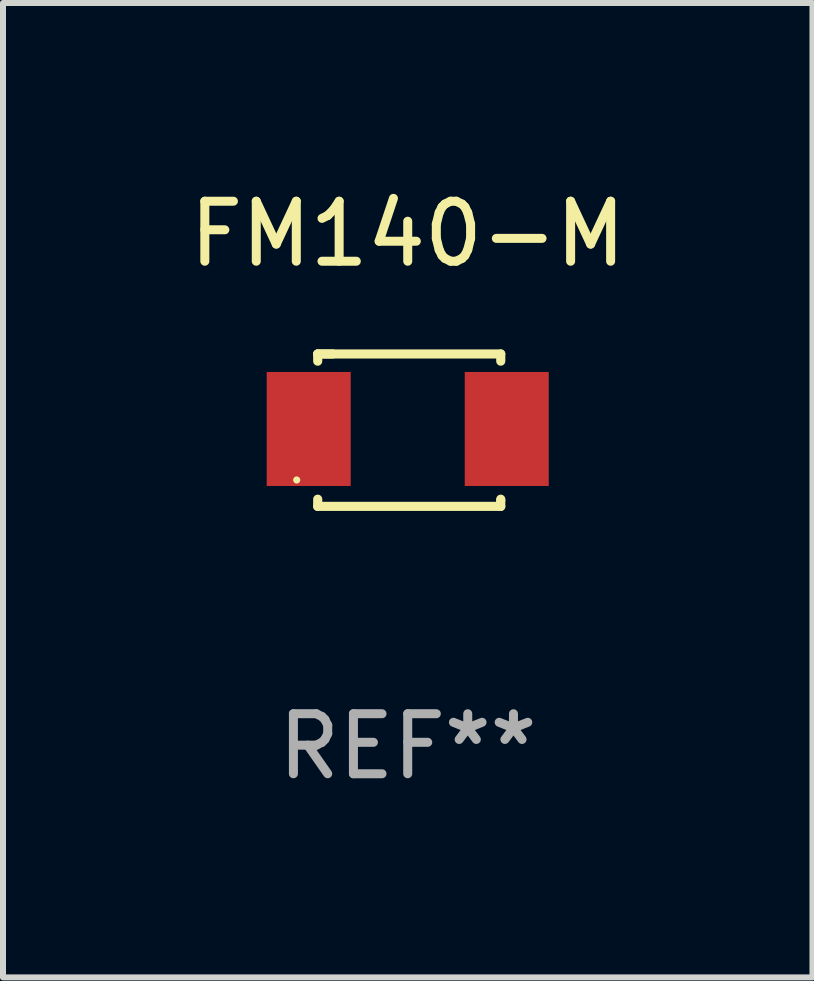
<source format=kicad_pcb>
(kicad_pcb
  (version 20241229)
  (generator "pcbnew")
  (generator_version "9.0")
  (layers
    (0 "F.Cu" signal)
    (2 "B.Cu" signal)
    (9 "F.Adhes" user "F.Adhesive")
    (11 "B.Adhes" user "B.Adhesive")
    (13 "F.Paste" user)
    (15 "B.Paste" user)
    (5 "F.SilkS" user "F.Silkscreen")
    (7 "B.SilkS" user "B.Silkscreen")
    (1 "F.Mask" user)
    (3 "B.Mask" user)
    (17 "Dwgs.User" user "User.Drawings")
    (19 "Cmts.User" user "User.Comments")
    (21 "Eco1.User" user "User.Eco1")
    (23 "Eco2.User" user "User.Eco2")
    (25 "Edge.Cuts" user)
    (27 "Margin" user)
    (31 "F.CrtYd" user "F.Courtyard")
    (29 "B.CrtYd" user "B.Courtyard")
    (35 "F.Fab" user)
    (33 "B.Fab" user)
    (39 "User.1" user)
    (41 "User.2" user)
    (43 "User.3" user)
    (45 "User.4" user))
  (footprint "FM140-M"
    (layer "F.Cu")
    (at 3.744 4.118)
    (property "Reference" "FM140-M" (at 0 -3.27 0) (layer "F.SilkS") (effects (font (size 1 1) (thickness 0.15))))
    (attr through_hole)
    (fp_line (start -1.5 -1.27) (end -1.247 -1.27) (stroke (width 0.152) (type solid)) (layer "F.SilkS"))
    (fp_line (start -1.5 -1.27) (end 1.55 -1.27) (stroke (width 0.152) (type solid)) (layer "F.SilkS"))
    (fp_line (start -1.5 -1.15) (end -1.5 -1.27) (stroke (width 0.152) (type solid)) (layer "F.SilkS"))
    (fp_line (start -1.5 1.27) (end -1.5 1.15) (stroke (width 0.152) (type solid)) (layer "F.SilkS"))
    (fp_line (start 1.55 -1.27) (end 1.55 -1.15) (stroke (width 0.152) (type solid)) (layer "F.SilkS"))
    (fp_line (start 1.55 1.15) (end 1.55 1.17) (stroke (width 0.152) (type solid)) (layer "F.SilkS"))
    (fp_line (start 1.55 1.17) (end 1.55 1.27) (stroke (width 0.152) (type solid)) (layer "F.SilkS"))
    (fp_line (start 1.55 1.27) (end -1.5 1.27) (stroke (width 0.152) (type solid)) (layer "F.SilkS"))
    (fp_circle (center -1.85 0.83) (end -1.82 0.83) (stroke (width 0.06) (type solid)) (fill no) (layer "F.SilkS"))
    (fp_text user "REF**" (at 0 5.27 0) (layer "F.Fab") (effects (font (size 1 1) (thickness 0.15))))
    (pad "1" smd rect (at -1.65 -0.02 180) (size 1.4 1.9) (layers "F.Cu" "F.Mask" "F.Paste"))
    (pad "2" smd rect (at 1.65 -0.02 180) (size 1.4 1.9) (layers "F.Cu" "F.Mask" "F.Paste")))
  (gr_rect
    (start -3 -3)
    (end 10.488 13.236)
    (stroke (width 0.1) (type default))
    (fill no)
    (layer "Edge.Cuts")))
</source>
